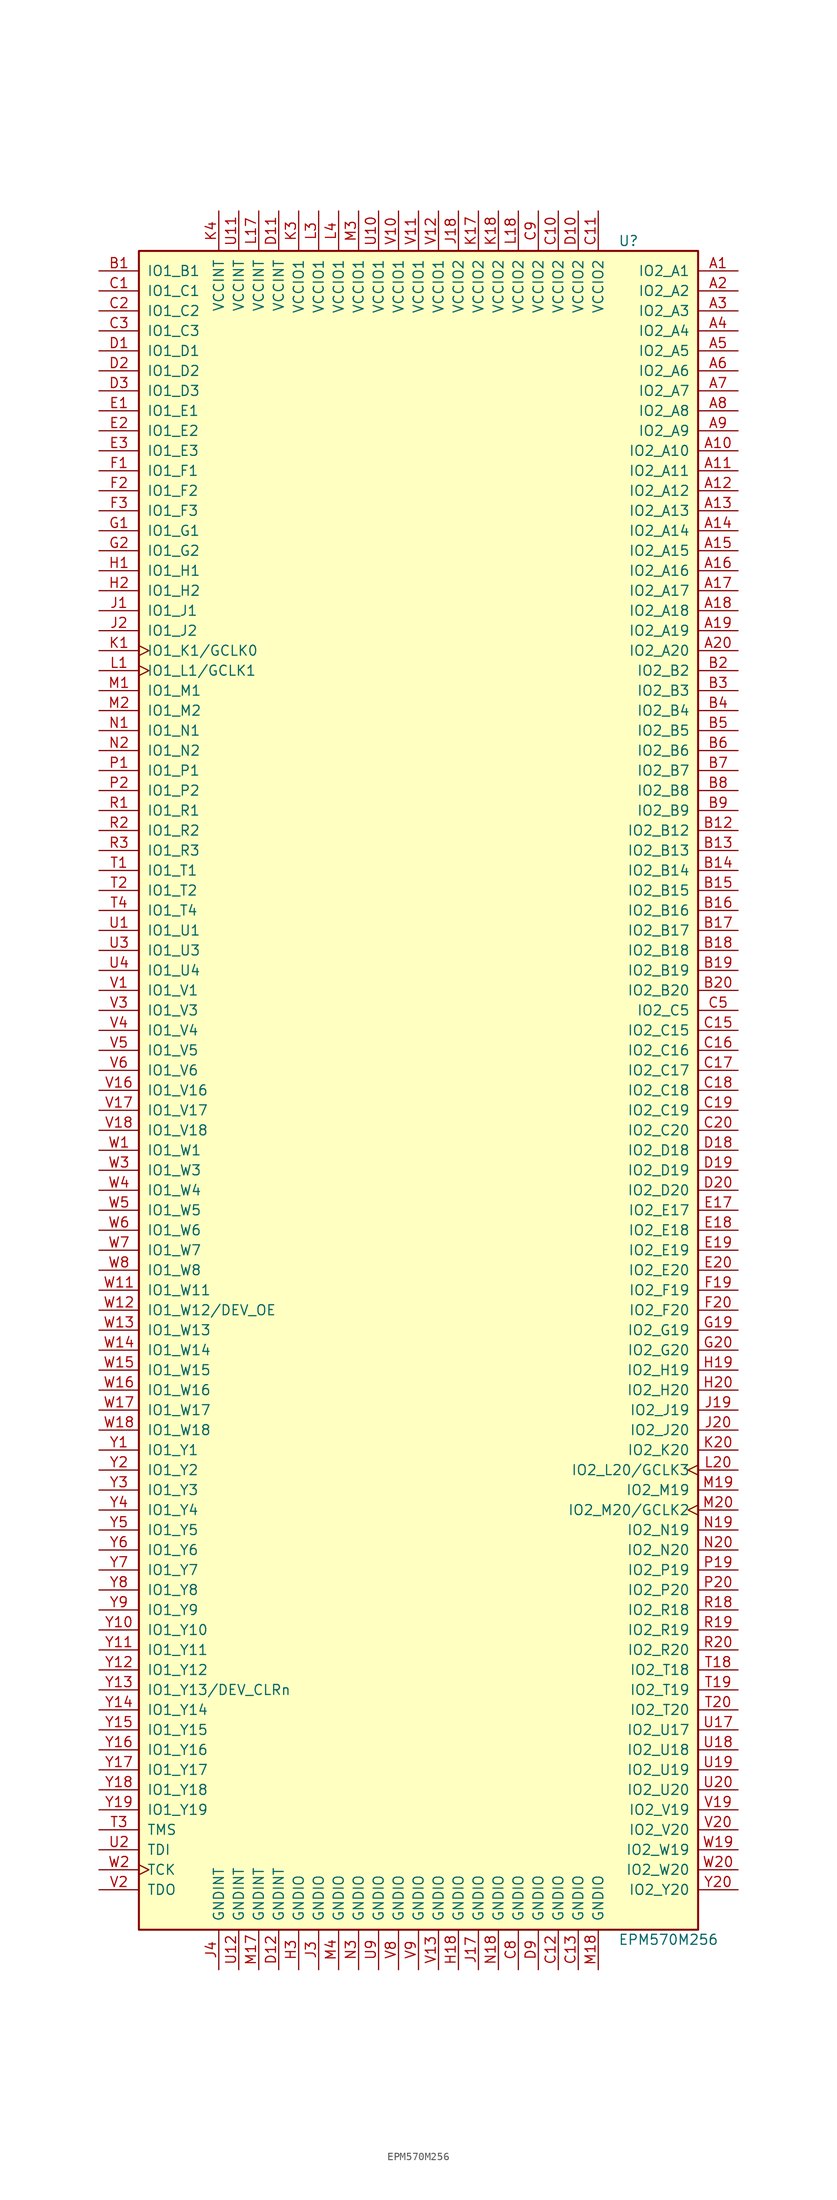
<source format=kicad_sym>
(kicad_symbol_lib
  (version 20231120)
  (generator "kicad_symbol_editor")
  (generator_version "8.0")
  (symbol "EPM570M256"
    (pin_names
      (offset 1.016))
    (property "Reference" "U"
      (at 25.4 107.95 0)
      (effects (font (size 1.27 1.27)) (justify left)))
    (property "Value" "EPM570M256"
      (at 25.4 -107.95 0)
      (effects (font (size 1.27 1.27)) (justify left)))
    (property "ki_locked" ""
      (at 0 0 0)
      (effects (font (size 1.27 1.27))))
    (symbol "EPM570M256_1_1"
      (rectangle (start -35.56 106.68) (end 35.56 -106.68) (stroke (width 0.254) (type default)) (fill (type background)))
      (pin bidirectional line (at 40.64 104.14 180) (length 5.08) (name "IO2_A1" (effects (font (size 1.27 1.27)))) (number "A1" (effects (font (size 1.27 1.27)))))
      (pin bidirectional line (at 40.64 81.28 180) (length 5.08) (name "IO2_A10" (effects (font (size 1.27 1.27)))) (number "A10" (effects (font (size 1.27 1.27)))))
      (pin bidirectional line (at 40.64 78.74 180) (length 5.08) (name "IO2_A11" (effects (font (size 1.27 1.27)))) (number "A11" (effects (font (size 1.27 1.27)))))
      (pin bidirectional line (at 40.64 76.2 180) (length 5.08) (name "IO2_A12" (effects (font (size 1.27 1.27)))) (number "A12" (effects (font (size 1.27 1.27)))))
      (pin bidirectional line (at 40.64 73.66 180) (length 5.08) (name "IO2_A13" (effects (font (size 1.27 1.27)))) (number "A13" (effects (font (size 1.27 1.27)))))
      (pin bidirectional line (at 40.64 71.12 180) (length 5.08) (name "IO2_A14" (effects (font (size 1.27 1.27)))) (number "A14" (effects (font (size 1.27 1.27)))))
      (pin bidirectional line (at 40.64 68.58 180) (length 5.08) (name "IO2_A15" (effects (font (size 1.27 1.27)))) (number "A15" (effects (font (size 1.27 1.27)))))
      (pin bidirectional line (at 40.64 66.04 180) (length 5.08) (name "IO2_A16" (effects (font (size 1.27 1.27)))) (number "A16" (effects (font (size 1.27 1.27)))))
      (pin bidirectional line (at 40.64 63.5 180) (length 5.08) (name "IO2_A17" (effects (font (size 1.27 1.27)))) (number "A17" (effects (font (size 1.27 1.27)))))
      (pin bidirectional line (at 40.64 60.96 180) (length 5.08) (name "IO2_A18" (effects (font (size 1.27 1.27)))) (number "A18" (effects (font (size 1.27 1.27)))))
      (pin bidirectional line (at 40.64 58.42 180) (length 5.08) (name "IO2_A19" (effects (font (size 1.27 1.27)))) (number "A19" (effects (font (size 1.27 1.27)))))
      (pin bidirectional line (at 40.64 101.6 180) (length 5.08) (name "IO2_A2" (effects (font (size 1.27 1.27)))) (number "A2" (effects (font (size 1.27 1.27)))))
      (pin bidirectional line (at 40.64 55.88 180) (length 5.08) (name "IO2_A20" (effects (font (size 1.27 1.27)))) (number "A20" (effects (font (size 1.27 1.27)))))
      (pin bidirectional line (at 40.64 99.06 180) (length 5.08) (name "IO2_A3" (effects (font (size 1.27 1.27)))) (number "A3" (effects (font (size 1.27 1.27)))))
      (pin bidirectional line (at 40.64 96.52 180) (length 5.08) (name "IO2_A4" (effects (font (size 1.27 1.27)))) (number "A4" (effects (font (size 1.27 1.27)))))
      (pin bidirectional line (at 40.64 93.98 180) (length 5.08) (name "IO2_A5" (effects (font (size 1.27 1.27)))) (number "A5" (effects (font (size 1.27 1.27)))))
      (pin bidirectional line (at 40.64 91.44 180) (length 5.08) (name "IO2_A6" (effects (font (size 1.27 1.27)))) (number "A6" (effects (font (size 1.27 1.27)))))
      (pin bidirectional line (at 40.64 88.9 180) (length 5.08) (name "IO2_A7" (effects (font (size 1.27 1.27)))) (number "A7" (effects (font (size 1.27 1.27)))))
      (pin bidirectional line (at 40.64 86.36 180) (length 5.08) (name "IO2_A8" (effects (font (size 1.27 1.27)))) (number "A8" (effects (font (size 1.27 1.27)))))
      (pin bidirectional line (at 40.64 83.82 180) (length 5.08) (name "IO2_A9" (effects (font (size 1.27 1.27)))) (number "A9" (effects (font (size 1.27 1.27)))))
      (pin bidirectional line (at -40.64 104.14 0) (length 5.08) (name "IO1_B1" (effects (font (size 1.27 1.27)))) (number "B1" (effects (font (size 1.27 1.27)))))
      (pin bidirectional line (at 40.64 33.02 180) (length 5.08) (name "IO2_B12" (effects (font (size 1.27 1.27)))) (number "B12" (effects (font (size 1.27 1.27)))))
      (pin bidirectional line (at 40.64 30.48 180) (length 5.08) (name "IO2_B13" (effects (font (size 1.27 1.27)))) (number "B13" (effects (font (size 1.27 1.27)))))
      (pin bidirectional line (at 40.64 27.94 180) (length 5.08) (name "IO2_B14" (effects (font (size 1.27 1.27)))) (number "B14" (effects (font (size 1.27 1.27)))))
      (pin bidirectional line (at 40.64 25.4 180) (length 5.08) (name "IO2_B15" (effects (font (size 1.27 1.27)))) (number "B15" (effects (font (size 1.27 1.27)))))
      (pin bidirectional line (at 40.64 22.86 180) (length 5.08) (name "IO2_B16" (effects (font (size 1.27 1.27)))) (number "B16" (effects (font (size 1.27 1.27)))))
      (pin bidirectional line (at 40.64 20.32 180) (length 5.08) (name "IO2_B17" (effects (font (size 1.27 1.27)))) (number "B17" (effects (font (size 1.27 1.27)))))
      (pin bidirectional line (at 40.64 17.78 180) (length 5.08) (name "IO2_B18" (effects (font (size 1.27 1.27)))) (number "B18" (effects (font (size 1.27 1.27)))))
      (pin bidirectional line (at 40.64 15.24 180) (length 5.08) (name "IO2_B19" (effects (font (size 1.27 1.27)))) (number "B19" (effects (font (size 1.27 1.27)))))
      (pin bidirectional line (at 40.64 53.34 180) (length 5.08) (name "IO2_B2" (effects (font (size 1.27 1.27)))) (number "B2" (effects (font (size 1.27 1.27)))))
      (pin bidirectional line (at 40.64 12.7 180) (length 5.08) (name "IO2_B20" (effects (font (size 1.27 1.27)))) (number "B20" (effects (font (size 1.27 1.27)))))
      (pin bidirectional line (at 40.64 50.8 180) (length 5.08) (name "IO2_B3" (effects (font (size 1.27 1.27)))) (number "B3" (effects (font (size 1.27 1.27)))))
      (pin bidirectional line (at 40.64 48.26 180) (length 5.08) (name "IO2_B4" (effects (font (size 1.27 1.27)))) (number "B4" (effects (font (size 1.27 1.27)))))
      (pin bidirectional line (at 40.64 45.72 180) (length 5.08) (name "IO2_B5" (effects (font (size 1.27 1.27)))) (number "B5" (effects (font (size 1.27 1.27)))))
      (pin bidirectional line (at 40.64 43.18 180) (length 5.08) (name "IO2_B6" (effects (font (size 1.27 1.27)))) (number "B6" (effects (font (size 1.27 1.27)))))
      (pin bidirectional line (at 40.64 40.64 180) (length 5.08) (name "IO2_B7" (effects (font (size 1.27 1.27)))) (number "B7" (effects (font (size 1.27 1.27)))))
      (pin bidirectional line (at 40.64 38.1 180) (length 5.08) (name "IO2_B8" (effects (font (size 1.27 1.27)))) (number "B8" (effects (font (size 1.27 1.27)))))
      (pin bidirectional line (at 40.64 35.56 180) (length 5.08) (name "IO2_B9" (effects (font (size 1.27 1.27)))) (number "B9" (effects (font (size 1.27 1.27)))))
      (pin bidirectional line (at -40.64 101.6 0) (length 5.08) (name "IO1_C1" (effects (font (size 1.27 1.27)))) (number "C1" (effects (font (size 1.27 1.27)))))
      (pin power_in line (at 17.78 111.76 270) (length 5.08) (name "VCCIO2" (effects (font (size 1.27 1.27)))) (number "C10" (effects (font (size 1.27 1.27)))))
      (pin power_in line (at 22.86 111.76 270) (length 5.08) (name "VCCIO2" (effects (font (size 1.27 1.27)))) (number "C11" (effects (font (size 1.27 1.27)))))
      (pin power_in line (at 17.78 -111.76 90) (length 5.08) (name "GNDIO" (effects (font (size 1.27 1.27)))) (number "C12" (effects (font (size 1.27 1.27)))))
      (pin power_in line (at 20.32 -111.76 90) (length 5.08) (name "GNDIO" (effects (font (size 1.27 1.27)))) (number "C13" (effects (font (size 1.27 1.27)))))
      (pin bidirectional line (at 40.64 7.62 180) (length 5.08) (name "IO2_C15" (effects (font (size 1.27 1.27)))) (number "C15" (effects (font (size 1.27 1.27)))))
      (pin bidirectional line (at 40.64 5.08 180) (length 5.08) (name "IO2_C16" (effects (font (size 1.27 1.27)))) (number "C16" (effects (font (size 1.27 1.27)))))
      (pin bidirectional line (at 40.64 2.54 180) (length 5.08) (name "IO2_C17" (effects (font (size 1.27 1.27)))) (number "C17" (effects (font (size 1.27 1.27)))))
      (pin bidirectional line (at 40.64 0 180) (length 5.08) (name "IO2_C18" (effects (font (size 1.27 1.27)))) (number "C18" (effects (font (size 1.27 1.27)))))
      (pin bidirectional line (at 40.64 -2.54 180) (length 5.08) (name "IO2_C19" (effects (font (size 1.27 1.27)))) (number "C19" (effects (font (size 1.27 1.27)))))
      (pin bidirectional line (at -40.64 99.06 0) (length 5.08) (name "IO1_C2" (effects (font (size 1.27 1.27)))) (number "C2" (effects (font (size 1.27 1.27)))))
      (pin bidirectional line (at 40.64 -5.08 180) (length 5.08) (name "IO2_C20" (effects (font (size 1.27 1.27)))) (number "C20" (effects (font (size 1.27 1.27)))))
      (pin bidirectional line (at -40.64 96.52 0) (length 5.08) (name "IO1_C3" (effects (font (size 1.27 1.27)))) (number "C3" (effects (font (size 1.27 1.27)))))
      (pin bidirectional line (at 40.64 10.16 180) (length 5.08) (name "IO2_C5" (effects (font (size 1.27 1.27)))) (number "C5" (effects (font (size 1.27 1.27)))))
      (pin power_in line (at 12.7 -111.76 90) (length 5.08) (name "GNDIO" (effects (font (size 1.27 1.27)))) (number "C8" (effects (font (size 1.27 1.27)))))
      (pin power_in line (at 15.24 111.76 270) (length 5.08) (name "VCCIO2" (effects (font (size 1.27 1.27)))) (number "C9" (effects (font (size 1.27 1.27)))))
      (pin bidirectional line (at -40.64 93.98 0) (length 5.08) (name "IO1_D1" (effects (font (size 1.27 1.27)))) (number "D1" (effects (font (size 1.27 1.27)))))
      (pin power_in line (at 20.32 111.76 270) (length 5.08) (name "VCCIO2" (effects (font (size 1.27 1.27)))) (number "D10" (effects (font (size 1.27 1.27)))))
      (pin power_in line (at -17.78 111.76 270) (length 5.08) (name "VCCINT" (effects (font (size 1.27 1.27)))) (number "D11" (effects (font (size 1.27 1.27)))))
      (pin power_in line (at -17.78 -111.76 90) (length 5.08) (name "GNDINT" (effects (font (size 1.27 1.27)))) (number "D12" (effects (font (size 1.27 1.27)))))
      (pin bidirectional line (at 40.64 -7.62 180) (length 5.08) (name "IO2_D18" (effects (font (size 1.27 1.27)))) (number "D18" (effects (font (size 1.27 1.27)))))
      (pin bidirectional line (at 40.64 -10.16 180) (length 5.08) (name "IO2_D19" (effects (font (size 1.27 1.27)))) (number "D19" (effects (font (size 1.27 1.27)))))
      (pin bidirectional line (at -40.64 91.44 0) (length 5.08) (name "IO1_D2" (effects (font (size 1.27 1.27)))) (number "D2" (effects (font (size 1.27 1.27)))))
      (pin bidirectional line (at 40.64 -12.7 180) (length 5.08) (name "IO2_D20" (effects (font (size 1.27 1.27)))) (number "D20" (effects (font (size 1.27 1.27)))))
      (pin bidirectional line (at -40.64 88.9 0) (length 5.08) (name "IO1_D3" (effects (font (size 1.27 1.27)))) (number "D3" (effects (font (size 1.27 1.27)))))
      (pin power_in line (at 15.24 -111.76 90) (length 5.08) (name "GNDIO" (effects (font (size 1.27 1.27)))) (number "D9" (effects (font (size 1.27 1.27)))))
      (pin bidirectional line (at -40.64 86.36 0) (length 5.08) (name "IO1_E1" (effects (font (size 1.27 1.27)))) (number "E1" (effects (font (size 1.27 1.27)))))
      (pin bidirectional line (at 40.64 -15.24 180) (length 5.08) (name "IO2_E17" (effects (font (size 1.27 1.27)))) (number "E17" (effects (font (size 1.27 1.27)))))
      (pin bidirectional line (at 40.64 -17.78 180) (length 5.08) (name "IO2_E18" (effects (font (size 1.27 1.27)))) (number "E18" (effects (font (size 1.27 1.27)))))
      (pin bidirectional line (at 40.64 -20.32 180) (length 5.08) (name "IO2_E19" (effects (font (size 1.27 1.27)))) (number "E19" (effects (font (size 1.27 1.27)))))
      (pin bidirectional line (at -40.64 83.82 0) (length 5.08) (name "IO1_E2" (effects (font (size 1.27 1.27)))) (number "E2" (effects (font (size 1.27 1.27)))))
      (pin bidirectional line (at 40.64 -22.86 180) (length 5.08) (name "IO2_E20" (effects (font (size 1.27 1.27)))) (number "E20" (effects (font (size 1.27 1.27)))))
      (pin bidirectional line (at -40.64 81.28 0) (length 5.08) (name "IO1_E3" (effects (font (size 1.27 1.27)))) (number "E3" (effects (font (size 1.27 1.27)))))
      (pin bidirectional line (at -40.64 78.74 0) (length 5.08) (name "IO1_F1" (effects (font (size 1.27 1.27)))) (number "F1" (effects (font (size 1.27 1.27)))))
      (pin bidirectional line (at 40.64 -25.4 180) (length 5.08) (name "IO2_F19" (effects (font (size 1.27 1.27)))) (number "F19" (effects (font (size 1.27 1.27)))))
      (pin bidirectional line (at -40.64 76.2 0) (length 5.08) (name "IO1_F2" (effects (font (size 1.27 1.27)))) (number "F2" (effects (font (size 1.27 1.27)))))
      (pin bidirectional line (at 40.64 -27.94 180) (length 5.08) (name "IO2_F20" (effects (font (size 1.27 1.27)))) (number "F20" (effects (font (size 1.27 1.27)))))
      (pin bidirectional line (at -40.64 73.66 0) (length 5.08) (name "IO1_F3" (effects (font (size 1.27 1.27)))) (number "F3" (effects (font (size 1.27 1.27)))))
      (pin bidirectional line (at -40.64 71.12 0) (length 5.08) (name "IO1_G1" (effects (font (size 1.27 1.27)))) (number "G1" (effects (font (size 1.27 1.27)))))
      (pin bidirectional line (at 40.64 -30.48 180) (length 5.08) (name "IO2_G19" (effects (font (size 1.27 1.27)))) (number "G19" (effects (font (size 1.27 1.27)))))
      (pin bidirectional line (at -40.64 68.58 0) (length 5.08) (name "IO1_G2" (effects (font (size 1.27 1.27)))) (number "G2" (effects (font (size 1.27 1.27)))))
      (pin bidirectional line (at 40.64 -33.02 180) (length 5.08) (name "IO2_G20" (effects (font (size 1.27 1.27)))) (number "G20" (effects (font (size 1.27 1.27)))))
      (pin bidirectional line (at -40.64 66.04 0) (length 5.08) (name "IO1_H1" (effects (font (size 1.27 1.27)))) (number "H1" (effects (font (size 1.27 1.27)))))
      (pin power_in line (at 5.08 -111.76 90) (length 5.08) (name "GNDIO" (effects (font (size 1.27 1.27)))) (number "H18" (effects (font (size 1.27 1.27)))))
      (pin bidirectional line (at 40.64 -35.56 180) (length 5.08) (name "IO2_H19" (effects (font (size 1.27 1.27)))) (number "H19" (effects (font (size 1.27 1.27)))))
      (pin bidirectional line (at -40.64 63.5 0) (length 5.08) (name "IO1_H2" (effects (font (size 1.27 1.27)))) (number "H2" (effects (font (size 1.27 1.27)))))
      (pin bidirectional line (at 40.64 -38.1 180) (length 5.08) (name "IO2_H20" (effects (font (size 1.27 1.27)))) (number "H20" (effects (font (size 1.27 1.27)))))
      (pin power_in line (at -15.24 -111.76 90) (length 5.08) (name "GNDIO" (effects (font (size 1.27 1.27)))) (number "H3" (effects (font (size 1.27 1.27)))))
      (pin bidirectional line (at -40.64 60.96 0) (length 5.08) (name "IO1_J1" (effects (font (size 1.27 1.27)))) (number "J1" (effects (font (size 1.27 1.27)))))
      (pin power_in line (at 7.62 -111.76 90) (length 5.08) (name "GNDIO" (effects (font (size 1.27 1.27)))) (number "J17" (effects (font (size 1.27 1.27)))))
      (pin power_in line (at 5.08 111.76 270) (length 5.08) (name "VCCIO2" (effects (font (size 1.27 1.27)))) (number "J18" (effects (font (size 1.27 1.27)))))
      (pin bidirectional line (at 40.64 -40.64 180) (length 5.08) (name "IO2_J19" (effects (font (size 1.27 1.27)))) (number "J19" (effects (font (size 1.27 1.27)))))
      (pin bidirectional line (at -40.64 58.42 0) (length 5.08) (name "IO1_J2" (effects (font (size 1.27 1.27)))) (number "J2" (effects (font (size 1.27 1.27)))))
      (pin bidirectional line (at 40.64 -43.18 180) (length 5.08) (name "IO2_J20" (effects (font (size 1.27 1.27)))) (number "J20" (effects (font (size 1.27 1.27)))))
      (pin power_in line (at -12.7 -111.76 90) (length 5.08) (name "GNDIO" (effects (font (size 1.27 1.27)))) (number "J3" (effects (font (size 1.27 1.27)))))
      (pin power_in line (at -25.4 -111.76 90) (length 5.08) (name "GNDINT" (effects (font (size 1.27 1.27)))) (number "J4" (effects (font (size 1.27 1.27)))))
      (pin bidirectional clock (at -40.64 55.88 0) (length 5.08) (name "IO1_K1/GCLK0" (effects (font (size 1.27 1.27)))) (number "K1" (effects (font (size 1.27 1.27)))))
      (pin power_in line (at 7.62 111.76 270) (length 5.08) (name "VCCIO2" (effects (font (size 1.27 1.27)))) (number "K17" (effects (font (size 1.27 1.27)))))
      (pin power_in line (at 10.16 111.76 270) (length 5.08) (name "VCCIO2" (effects (font (size 1.27 1.27)))) (number "K18" (effects (font (size 1.27 1.27)))))
      (pin bidirectional line (at 40.64 -45.72 180) (length 5.08) (name "IO2_K20" (effects (font (size 1.27 1.27)))) (number "K20" (effects (font (size 1.27 1.27)))))
      (pin power_in line (at -15.24 111.76 270) (length 5.08) (name "VCCIO1" (effects (font (size 1.27 1.27)))) (number "K3" (effects (font (size 1.27 1.27)))))
      (pin power_in line (at -25.4 111.76 270) (length 5.08) (name "VCCINT" (effects (font (size 1.27 1.27)))) (number "K4" (effects (font (size 1.27 1.27)))))
      (pin bidirectional clock (at -40.64 53.34 0) (length 5.08) (name "IO1_L1/GCLK1" (effects (font (size 1.27 1.27)))) (number "L1" (effects (font (size 1.27 1.27)))))
      (pin power_in line (at -20.32 111.76 270) (length 5.08) (name "VCCINT" (effects (font (size 1.27 1.27)))) (number "L17" (effects (font (size 1.27 1.27)))))
      (pin power_in line (at 12.7 111.76 270) (length 5.08) (name "VCCIO2" (effects (font (size 1.27 1.27)))) (number "L18" (effects (font (size 1.27 1.27)))))
      (pin bidirectional clock (at 40.64 -48.26 180) (length 5.08) (name "IO2_L20/GCLK3" (effects (font (size 1.27 1.27)))) (number "L20" (effects (font (size 1.27 1.27)))))
      (pin power_in line (at -12.7 111.76 270) (length 5.08) (name "VCCIO1" (effects (font (size 1.27 1.27)))) (number "L3" (effects (font (size 1.27 1.27)))))
      (pin power_in line (at -10.16 111.76 270) (length 5.08) (name "VCCIO1" (effects (font (size 1.27 1.27)))) (number "L4" (effects (font (size 1.27 1.27)))))
      (pin bidirectional line (at -40.64 50.8 0) (length 5.08) (name "IO1_M1" (effects (font (size 1.27 1.27)))) (number "M1" (effects (font (size 1.27 1.27)))))
      (pin power_in line (at -20.32 -111.76 90) (length 5.08) (name "GNDINT" (effects (font (size 1.27 1.27)))) (number "M17" (effects (font (size 1.27 1.27)))))
      (pin power_in line (at 22.86 -111.76 90) (length 5.08) (name "GNDIO" (effects (font (size 1.27 1.27)))) (number "M18" (effects (font (size 1.27 1.27)))))
      (pin bidirectional line (at 40.64 -50.8 180) (length 5.08) (name "IO2_M19" (effects (font (size 1.27 1.27)))) (number "M19" (effects (font (size 1.27 1.27)))))
      (pin bidirectional line (at -40.64 48.26 0) (length 5.08) (name "IO1_M2" (effects (font (size 1.27 1.27)))) (number "M2" (effects (font (size 1.27 1.27)))))
      (pin bidirectional clock (at 40.64 -53.34 180) (length 5.08) (name "IO2_M20/GCLK2" (effects (font (size 1.27 1.27)))) (number "M20" (effects (font (size 1.27 1.27)))))
      (pin power_in line (at -7.62 111.76 270) (length 5.08) (name "VCCIO1" (effects (font (size 1.27 1.27)))) (number "M3" (effects (font (size 1.27 1.27)))))
      (pin power_in line (at -10.16 -111.76 90) (length 5.08) (name "GNDIO" (effects (font (size 1.27 1.27)))) (number "M4" (effects (font (size 1.27 1.27)))))
      (pin bidirectional line (at -40.64 45.72 0) (length 5.08) (name "IO1_N1" (effects (font (size 1.27 1.27)))) (number "N1" (effects (font (size 1.27 1.27)))))
      (pin power_in line (at 10.16 -111.76 90) (length 5.08) (name "GNDIO" (effects (font (size 1.27 1.27)))) (number "N18" (effects (font (size 1.27 1.27)))))
      (pin bidirectional line (at 40.64 -55.88 180) (length 5.08) (name "IO2_N19" (effects (font (size 1.27 1.27)))) (number "N19" (effects (font (size 1.27 1.27)))))
      (pin bidirectional line (at -40.64 43.18 0) (length 5.08) (name "IO1_N2" (effects (font (size 1.27 1.27)))) (number "N2" (effects (font (size 1.27 1.27)))))
      (pin bidirectional line (at 40.64 -58.42 180) (length 5.08) (name "IO2_N20" (effects (font (size 1.27 1.27)))) (number "N20" (effects (font (size 1.27 1.27)))))
      (pin power_in line (at -7.62 -111.76 90) (length 5.08) (name "GNDIO" (effects (font (size 1.27 1.27)))) (number "N3" (effects (font (size 1.27 1.27)))))
      (pin bidirectional line (at -40.64 40.64 0) (length 5.08) (name "IO1_P1" (effects (font (size 1.27 1.27)))) (number "P1" (effects (font (size 1.27 1.27)))))
      (pin bidirectional line (at 40.64 -60.96 180) (length 5.08) (name "IO2_P19" (effects (font (size 1.27 1.27)))) (number "P19" (effects (font (size 1.27 1.27)))))
      (pin bidirectional line (at -40.64 38.1 0) (length 5.08) (name "IO1_P2" (effects (font (size 1.27 1.27)))) (number "P2" (effects (font (size 1.27 1.27)))))
      (pin bidirectional line (at 40.64 -63.5 180) (length 5.08) (name "IO2_P20" (effects (font (size 1.27 1.27)))) (number "P20" (effects (font (size 1.27 1.27)))))
      (pin bidirectional line (at -40.64 35.56 0) (length 5.08) (name "IO1_R1" (effects (font (size 1.27 1.27)))) (number "R1" (effects (font (size 1.27 1.27)))))
      (pin bidirectional line (at 40.64 -66.04 180) (length 5.08) (name "IO2_R18" (effects (font (size 1.27 1.27)))) (number "R18" (effects (font (size 1.27 1.27)))))
      (pin bidirectional line (at 40.64 -68.58 180) (length 5.08) (name "IO2_R19" (effects (font (size 1.27 1.27)))) (number "R19" (effects (font (size 1.27 1.27)))))
      (pin bidirectional line (at -40.64 33.02 0) (length 5.08) (name "IO1_R2" (effects (font (size 1.27 1.27)))) (number "R2" (effects (font (size 1.27 1.27)))))
      (pin bidirectional line (at 40.64 -71.12 180) (length 5.08) (name "IO2_R20" (effects (font (size 1.27 1.27)))) (number "R20" (effects (font (size 1.27 1.27)))))
      (pin bidirectional line (at -40.64 30.48 0) (length 5.08) (name "IO1_R3" (effects (font (size 1.27 1.27)))) (number "R3" (effects (font (size 1.27 1.27)))))
      (pin bidirectional line (at -40.64 27.94 0) (length 5.08) (name "IO1_T1" (effects (font (size 1.27 1.27)))) (number "T1" (effects (font (size 1.27 1.27)))))
      (pin bidirectional line (at 40.64 -73.66 180) (length 5.08) (name "IO2_T18" (effects (font (size 1.27 1.27)))) (number "T18" (effects (font (size 1.27 1.27)))))
      (pin bidirectional line (at 40.64 -76.2 180) (length 5.08) (name "IO2_T19" (effects (font (size 1.27 1.27)))) (number "T19" (effects (font (size 1.27 1.27)))))
      (pin bidirectional line (at -40.64 25.4 0) (length 5.08) (name "IO1_T2" (effects (font (size 1.27 1.27)))) (number "T2" (effects (font (size 1.27 1.27)))))
      (pin bidirectional line (at 40.64 -78.74 180) (length 5.08) (name "IO2_T20" (effects (font (size 1.27 1.27)))) (number "T20" (effects (font (size 1.27 1.27)))))
      (pin input line (at -40.64 -93.98 0) (length 5.08) (name "TMS" (effects (font (size 1.27 1.27)))) (number "T3" (effects (font (size 1.27 1.27)))))
      (pin bidirectional line (at -40.64 22.86 0) (length 5.08) (name "IO1_T4" (effects (font (size 1.27 1.27)))) (number "T4" (effects (font (size 1.27 1.27)))))
      (pin bidirectional line (at -40.64 20.32 0) (length 5.08) (name "IO1_U1" (effects (font (size 1.27 1.27)))) (number "U1" (effects (font (size 1.27 1.27)))))
      (pin power_in line (at -5.08 111.76 270) (length 5.08) (name "VCCIO1" (effects (font (size 1.27 1.27)))) (number "U10" (effects (font (size 1.27 1.27)))))
      (pin power_in line (at -22.86 111.76 270) (length 5.08) (name "VCCINT" (effects (font (size 1.27 1.27)))) (number "U11" (effects (font (size 1.27 1.27)))))
      (pin power_in line (at -22.86 -111.76 90) (length 5.08) (name "GNDINT" (effects (font (size 1.27 1.27)))) (number "U12" (effects (font (size 1.27 1.27)))))
      (pin bidirectional line (at 40.64 -81.28 180) (length 5.08) (name "IO2_U17" (effects (font (size 1.27 1.27)))) (number "U17" (effects (font (size 1.27 1.27)))))
      (pin bidirectional line (at 40.64 -83.82 180) (length 5.08) (name "IO2_U18" (effects (font (size 1.27 1.27)))) (number "U18" (effects (font (size 1.27 1.27)))))
      (pin bidirectional line (at 40.64 -86.36 180) (length 5.08) (name "IO2_U19" (effects (font (size 1.27 1.27)))) (number "U19" (effects (font (size 1.27 1.27)))))
      (pin input line (at -40.64 -96.52 0) (length 5.08) (name "TDI" (effects (font (size 1.27 1.27)))) (number "U2" (effects (font (size 1.27 1.27)))))
      (pin bidirectional line (at 40.64 -88.9 180) (length 5.08) (name "IO2_U20" (effects (font (size 1.27 1.27)))) (number "U20" (effects (font (size 1.27 1.27)))))
      (pin bidirectional line (at -40.64 17.78 0) (length 5.08) (name "IO1_U3" (effects (font (size 1.27 1.27)))) (number "U3" (effects (font (size 1.27 1.27)))))
      (pin bidirectional line (at -40.64 15.24 0) (length 5.08) (name "IO1_U4" (effects (font (size 1.27 1.27)))) (number "U4" (effects (font (size 1.27 1.27)))))
      (pin power_in line (at -5.08 -111.76 90) (length 5.08) (name "GNDIO" (effects (font (size 1.27 1.27)))) (number "U9" (effects (font (size 1.27 1.27)))))
      (pin bidirectional line (at -40.64 12.7 0) (length 5.08) (name "IO1_V1" (effects (font (size 1.27 1.27)))) (number "V1" (effects (font (size 1.27 1.27)))))
      (pin power_in line (at -2.54 111.76 270) (length 5.08) (name "VCCIO1" (effects (font (size 1.27 1.27)))) (number "V10" (effects (font (size 1.27 1.27)))))
      (pin power_in line (at 0 111.76 270) (length 5.08) (name "VCCIO1" (effects (font (size 1.27 1.27)))) (number "V11" (effects (font (size 1.27 1.27)))))
      (pin power_in line (at 2.54 111.76 270) (length 5.08) (name "VCCIO1" (effects (font (size 1.27 1.27)))) (number "V12" (effects (font (size 1.27 1.27)))))
      (pin power_in line (at 2.54 -111.76 90) (length 5.08) (name "GNDIO" (effects (font (size 1.27 1.27)))) (number "V13" (effects (font (size 1.27 1.27)))))
      (pin bidirectional line (at -40.64 0 0) (length 5.08) (name "IO1_V16" (effects (font (size 1.27 1.27)))) (number "V16" (effects (font (size 1.27 1.27)))))
      (pin bidirectional line (at -40.64 -2.54 0) (length 5.08) (name "IO1_V17" (effects (font (size 1.27 1.27)))) (number "V17" (effects (font (size 1.27 1.27)))))
      (pin bidirectional line (at -40.64 -5.08 0) (length 5.08) (name "IO1_V18" (effects (font (size 1.27 1.27)))) (number "V18" (effects (font (size 1.27 1.27)))))
      (pin bidirectional line (at 40.64 -91.44 180) (length 5.08) (name "IO2_V19" (effects (font (size 1.27 1.27)))) (number "V19" (effects (font (size 1.27 1.27)))))
      (pin output line (at -40.64 -101.6 0) (length 5.08) (name "TDO" (effects (font (size 1.27 1.27)))) (number "V2" (effects (font (size 1.27 1.27)))))
      (pin bidirectional line (at 40.64 -93.98 180) (length 5.08) (name "IO2_V20" (effects (font (size 1.27 1.27)))) (number "V20" (effects (font (size 1.27 1.27)))))
      (pin bidirectional line (at -40.64 10.16 0) (length 5.08) (name "IO1_V3" (effects (font (size 1.27 1.27)))) (number "V3" (effects (font (size 1.27 1.27)))))
      (pin bidirectional line (at -40.64 7.62 0) (length 5.08) (name "IO1_V4" (effects (font (size 1.27 1.27)))) (number "V4" (effects (font (size 1.27 1.27)))))
      (pin bidirectional line (at -40.64 5.08 0) (length 5.08) (name "IO1_V5" (effects (font (size 1.27 1.27)))) (number "V5" (effects (font (size 1.27 1.27)))))
      (pin bidirectional line (at -40.64 2.54 0) (length 5.08) (name "IO1_V6" (effects (font (size 1.27 1.27)))) (number "V6" (effects (font (size 1.27 1.27)))))
      (pin power_in line (at -2.54 -111.76 90) (length 5.08) (name "GNDIO" (effects (font (size 1.27 1.27)))) (number "V8" (effects (font (size 1.27 1.27)))))
      (pin power_in line (at 0 -111.76 90) (length 5.08) (name "GNDIO" (effects (font (size 1.27 1.27)))) (number "V9" (effects (font (size 1.27 1.27)))))
      (pin bidirectional line (at -40.64 -7.62 0) (length 5.08) (name "IO1_W1" (effects (font (size 1.27 1.27)))) (number "W1" (effects (font (size 1.27 1.27)))))
      (pin bidirectional line (at -40.64 -25.4 0) (length 5.08) (name "IO1_W11" (effects (font (size 1.27 1.27)))) (number "W11" (effects (font (size 1.27 1.27)))))
      (pin bidirectional line (at -40.64 -27.94 0) (length 5.08) (name "IO1_W12/DEV_OE" (effects (font (size 1.27 1.27)))) (number "W12" (effects (font (size 1.27 1.27)))))
      (pin bidirectional line (at -40.64 -30.48 0) (length 5.08) (name "IO1_W13" (effects (font (size 1.27 1.27)))) (number "W13" (effects (font (size 1.27 1.27)))))
      (pin bidirectional line (at -40.64 -33.02 0) (length 5.08) (name "IO1_W14" (effects (font (size 1.27 1.27)))) (number "W14" (effects (font (size 1.27 1.27)))))
      (pin bidirectional line (at -40.64 -35.56 0) (length 5.08) (name "IO1_W15" (effects (font (size 1.27 1.27)))) (number "W15" (effects (font (size 1.27 1.27)))))
      (pin bidirectional line (at -40.64 -38.1 0) (length 5.08) (name "IO1_W16" (effects (font (size 1.27 1.27)))) (number "W16" (effects (font (size 1.27 1.27)))))
      (pin bidirectional line (at -40.64 -40.64 0) (length 5.08) (name "IO1_W17" (effects (font (size 1.27 1.27)))) (number "W17" (effects (font (size 1.27 1.27)))))
      (pin bidirectional line (at -40.64 -43.18 0) (length 5.08) (name "IO1_W18" (effects (font (size 1.27 1.27)))) (number "W18" (effects (font (size 1.27 1.27)))))
      (pin bidirectional line (at 40.64 -96.52 180) (length 5.08) (name "IO2_W19" (effects (font (size 1.27 1.27)))) (number "W19" (effects (font (size 1.27 1.27)))))
      (pin input clock (at -40.64 -99.06 0) (length 5.08) (name "TCK" (effects (font (size 1.27 1.27)))) (number "W2" (effects (font (size 1.27 1.27)))))
      (pin bidirectional line (at 40.64 -99.06 180) (length 5.08) (name "IO2_W20" (effects (font (size 1.27 1.27)))) (number "W20" (effects (font (size 1.27 1.27)))))
      (pin bidirectional line (at -40.64 -10.16 0) (length 5.08) (name "IO1_W3" (effects (font (size 1.27 1.27)))) (number "W3" (effects (font (size 1.27 1.27)))))
      (pin bidirectional line (at -40.64 -12.7 0) (length 5.08) (name "IO1_W4" (effects (font (size 1.27 1.27)))) (number "W4" (effects (font (size 1.27 1.27)))))
      (pin bidirectional line (at -40.64 -15.24 0) (length 5.08) (name "IO1_W5" (effects (font (size 1.27 1.27)))) (number "W5" (effects (font (size 1.27 1.27)))))
      (pin bidirectional line (at -40.64 -17.78 0) (length 5.08) (name "IO1_W6" (effects (font (size 1.27 1.27)))) (number "W6" (effects (font (size 1.27 1.27)))))
      (pin bidirectional line (at -40.64 -20.32 0) (length 5.08) (name "IO1_W7" (effects (font (size 1.27 1.27)))) (number "W7" (effects (font (size 1.27 1.27)))))
      (pin bidirectional line (at -40.64 -22.86 0) (length 5.08) (name "IO1_W8" (effects (font (size 1.27 1.27)))) (number "W8" (effects (font (size 1.27 1.27)))))
      (pin bidirectional line (at -40.64 -45.72 0) (length 5.08) (name "IO1_Y1" (effects (font (size 1.27 1.27)))) (number "Y1" (effects (font (size 1.27 1.27)))))
      (pin bidirectional line (at -40.64 -68.58 0) (length 5.08) (name "IO1_Y10" (effects (font (size 1.27 1.27)))) (number "Y10" (effects (font (size 1.27 1.27)))))
      (pin bidirectional line (at -40.64 -71.12 0) (length 5.08) (name "IO1_Y11" (effects (font (size 1.27 1.27)))) (number "Y11" (effects (font (size 1.27 1.27)))))
      (pin bidirectional line (at -40.64 -73.66 0) (length 5.08) (name "IO1_Y12" (effects (font (size 1.27 1.27)))) (number "Y12" (effects (font (size 1.27 1.27)))))
      (pin bidirectional line (at -40.64 -76.2 0) (length 5.08) (name "IO1_Y13/DEV_CLRn" (effects (font (size 1.27 1.27)))) (number "Y13" (effects (font (size 1.27 1.27)))))
      (pin bidirectional line (at -40.64 -78.74 0) (length 5.08) (name "IO1_Y14" (effects (font (size 1.27 1.27)))) (number "Y14" (effects (font (size 1.27 1.27)))))
      (pin bidirectional line (at -40.64 -81.28 0) (length 5.08) (name "IO1_Y15" (effects (font (size 1.27 1.27)))) (number "Y15" (effects (font (size 1.27 1.27)))))
      (pin bidirectional line (at -40.64 -83.82 0) (length 5.08) (name "IO1_Y16" (effects (font (size 1.27 1.27)))) (number "Y16" (effects (font (size 1.27 1.27)))))
      (pin bidirectional line (at -40.64 -86.36 0) (length 5.08) (name "IO1_Y17" (effects (font (size 1.27 1.27)))) (number "Y17" (effects (font (size 1.27 1.27)))))
      (pin bidirectional line (at -40.64 -88.9 0) (length 5.08) (name "IO1_Y18" (effects (font (size 1.27 1.27)))) (number "Y18" (effects (font (size 1.27 1.27)))))
      (pin bidirectional line (at -40.64 -91.44 0) (length 5.08) (name "IO1_Y19" (effects (font (size 1.27 1.27)))) (number "Y19" (effects (font (size 1.27 1.27)))))
      (pin bidirectional line (at -40.64 -48.26 0) (length 5.08) (name "IO1_Y2" (effects (font (size 1.27 1.27)))) (number "Y2" (effects (font (size 1.27 1.27)))))
      (pin bidirectional line (at 40.64 -101.6 180) (length 5.08) (name "IO2_Y20" (effects (font (size 1.27 1.27)))) (number "Y20" (effects (font (size 1.27 1.27)))))
      (pin bidirectional line (at -40.64 -50.8 0) (length 5.08) (name "IO1_Y3" (effects (font (size 1.27 1.27)))) (number "Y3" (effects (font (size 1.27 1.27)))))
      (pin bidirectional line (at -40.64 -53.34 0) (length 5.08) (name "IO1_Y4" (effects (font (size 1.27 1.27)))) (number "Y4" (effects (font (size 1.27 1.27)))))
      (pin bidirectional line (at -40.64 -55.88 0) (length 5.08) (name "IO1_Y5" (effects (font (size 1.27 1.27)))) (number "Y5" (effects (font (size 1.27 1.27)))))
      (pin bidirectional line (at -40.64 -58.42 0) (length 5.08) (name "IO1_Y6" (effects (font (size 1.27 1.27)))) (number "Y6" (effects (font (size 1.27 1.27)))))
      (pin bidirectional line (at -40.64 -60.96 0) (length 5.08) (name "IO1_Y7" (effects (font (size 1.27 1.27)))) (number "Y7" (effects (font (size 1.27 1.27)))))
      (pin bidirectional line (at -40.64 -63.5 0) (length 5.08) (name "IO1_Y8" (effects (font (size 1.27 1.27)))) (number "Y8" (effects (font (size 1.27 1.27)))))
      (pin bidirectional line (at -40.64 -66.04 0) (length 5.08) (name "IO1_Y9" (effects (font (size 1.27 1.27)))) (number "Y9" (effects (font (size 1.27 1.27))))))))
</source>
